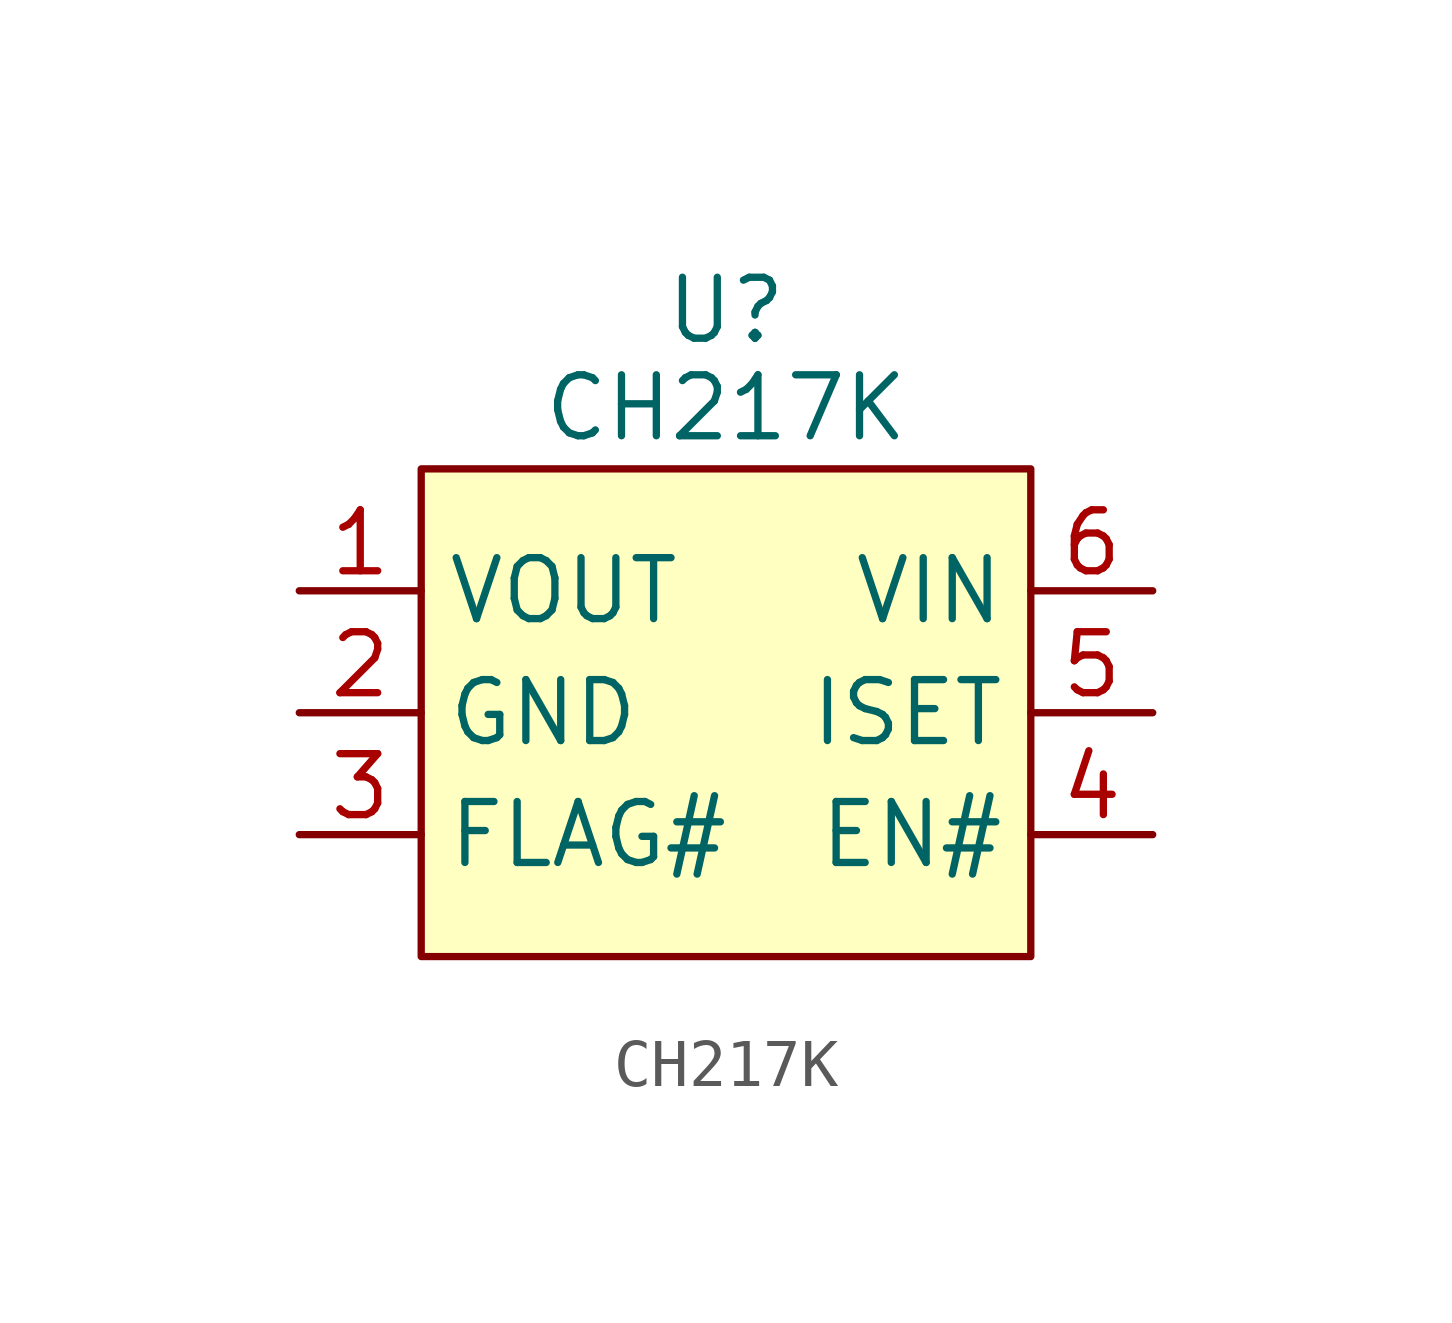
<source format=kicad_sym>
(kicad_symbol_lib
  (version 20231120)
  (generator "kicad_symbol_editor")
  (generator_version "8.0")
  (symbol "CH217K"
    (property "Reference" "U"
      (at 0 8.382 0)
      (effects (font (size 1.27 1.27))))
    (property "Value" "CH217K"
      (at 0 6.35 0)
      (effects (font (size 1.27 1.27))))
    (symbol "CH217K_1_1"
      (rectangle (start -6.35 5.08) (end 6.35 -5.08) (stroke (width 0) (type default)) (fill (type background)))
      (pin power_out line (at -8.89 2.54 0) (length 2.54) (name "VOUT" (effects (font (size 1.27 1.27)))) (number "1" (effects (font (size 1.27 1.27)))))
      (pin power_in line (at -8.89 0 0) (length 2.54) (name "GND" (effects (font (size 1.27 1.27)))) (number "2" (effects (font (size 1.27 1.27)))))
      (pin input line (at -8.89 -2.54 0) (length 2.54) (name "FLAG#" (effects (font (size 1.27 1.27)))) (number "3" (effects (font (size 1.27 1.27)))))
      (pin input line (at 8.89 -2.54 180) (length 2.54) (name "EN#" (effects (font (size 1.27 1.27)))) (number "4" (effects (font (size 1.27 1.27)))))
      (pin input line (at 8.89 0 180) (length 2.54) (name "ISET" (effects (font (size 1.27 1.27)))) (number "5" (effects (font (size 1.27 1.27)))))
      (pin power_in line (at 8.89 2.54 180) (length 2.54) (name "VIN" (effects (font (size 1.27 1.27)))) (number "6" (effects (font (size 1.27 1.27))))))))
</source>
